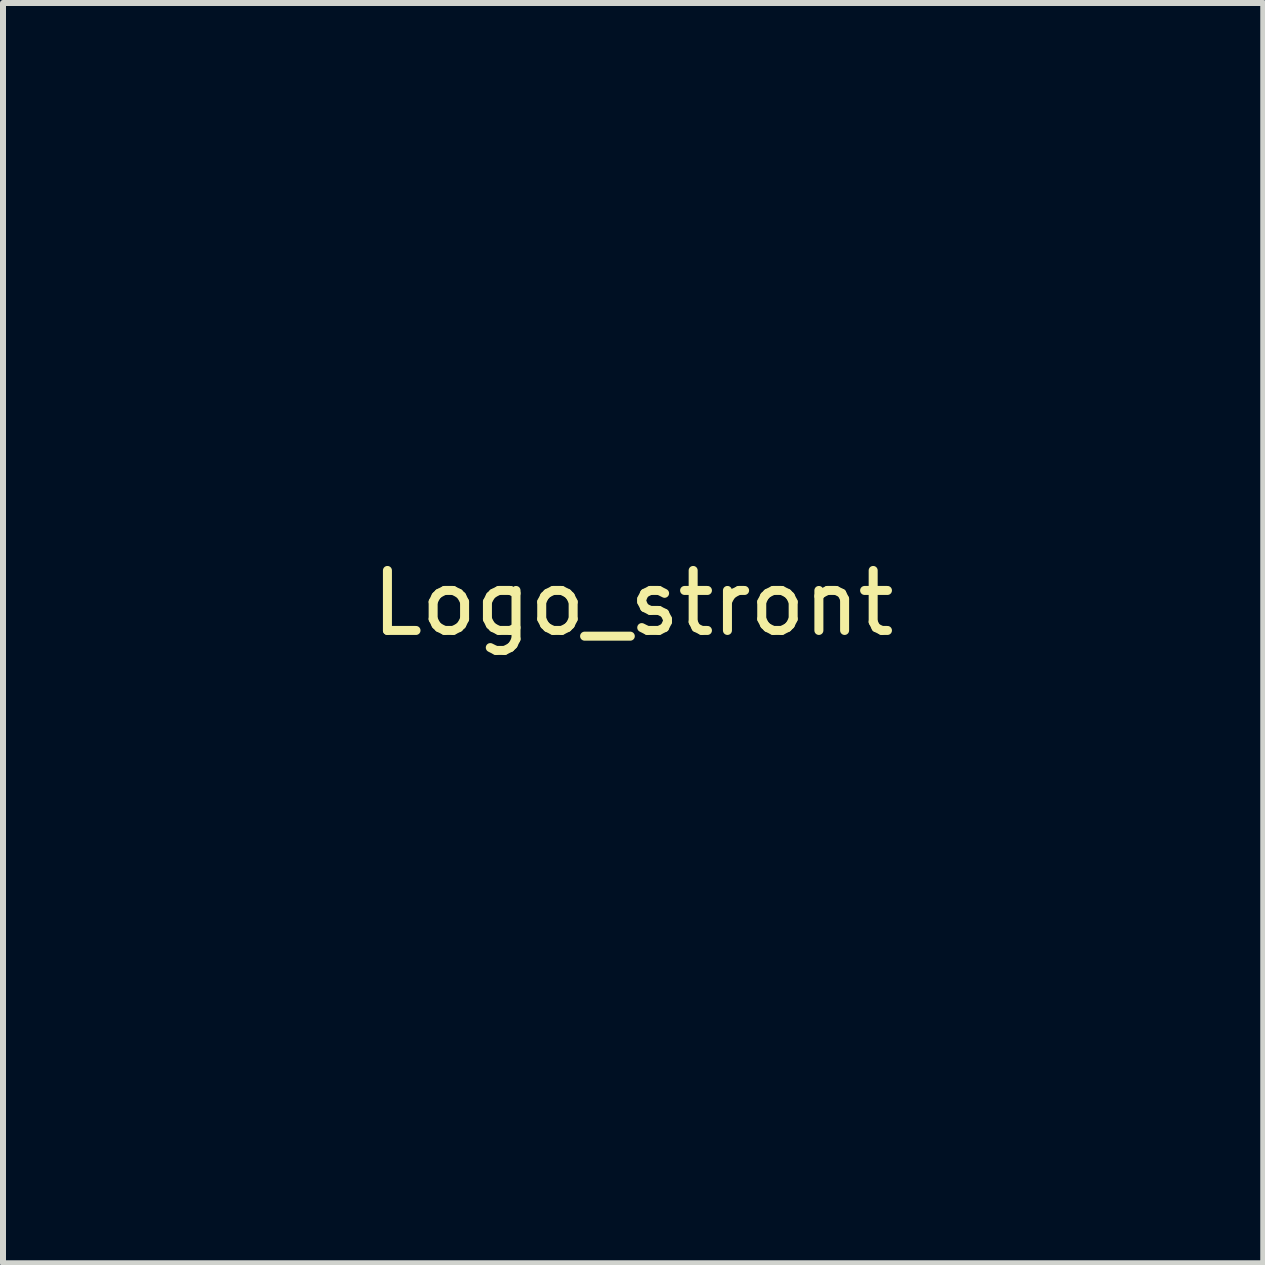
<source format=kicad_pcb>
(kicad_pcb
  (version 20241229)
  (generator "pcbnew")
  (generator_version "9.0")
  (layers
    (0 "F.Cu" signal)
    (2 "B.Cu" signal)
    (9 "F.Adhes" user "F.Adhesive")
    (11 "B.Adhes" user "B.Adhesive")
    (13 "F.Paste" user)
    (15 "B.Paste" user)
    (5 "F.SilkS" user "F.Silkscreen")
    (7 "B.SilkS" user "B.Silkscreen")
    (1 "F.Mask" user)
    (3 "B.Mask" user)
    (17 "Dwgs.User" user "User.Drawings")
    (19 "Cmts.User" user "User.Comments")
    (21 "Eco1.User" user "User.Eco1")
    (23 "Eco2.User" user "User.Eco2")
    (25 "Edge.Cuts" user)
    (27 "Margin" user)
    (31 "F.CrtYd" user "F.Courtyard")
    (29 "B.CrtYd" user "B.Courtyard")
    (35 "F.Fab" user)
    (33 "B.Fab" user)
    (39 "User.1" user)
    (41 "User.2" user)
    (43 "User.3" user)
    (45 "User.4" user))
  (footprint "Logo_stront"
    (layer "F.Cu")
    (at 7.502 7.502)
    (property "Reference" "Logo_stront" (at 0 -0.5 0) (unlocked yes) (layer "F.SilkS") (effects (font (size 1 1) (thickness 0.15))))
    (attr smd)
    (fp_poly (pts (xy 5.702 -5.145) (xy 5.772 -5.111) (xy 5.815 -5.076) (xy 5.866 -5.011) (xy 5.897 -4.936) (xy 5.906 -4.853) (xy 5.894 -4.765) (xy 5.89 -4.75) (xy 5.858 -4.678) (xy 5.812 -4.624) (xy 5.749 -4.587) (xy 5.671 -4.567) (xy 5.632 -4.564) (xy 5.585 -4.563) (xy 5.544 -4.566) (xy 5.518 -4.571) (xy 5.449 -4.604) (xy 5.394 -4.653) (xy 5.354 -4.714) (xy 5.33 -4.783) (xy 5.322 -4.856) (xy 5.331 -4.93) (xy 5.358 -5.001) (xy 5.403 -5.065) (xy 5.414 -5.076) (xy 5.479 -5.124) (xy 5.551 -5.151) (xy 5.627 -5.158)) (stroke (width 0) (type solid)) (fill yes) (layer "F.Mask"))
    (fp_poly (pts (xy 5.694 -6.023) (xy 5.749 -6.002) (xy 5.793 -5.963) (xy 5.83 -5.905) (xy 5.832 -5.902) (xy 5.848 -5.865) (xy 5.857 -5.834) (xy 5.86 -5.799) (xy 5.859 -5.751) (xy 5.858 -5.746) (xy 5.847 -5.665) (xy 5.824 -5.602) (xy 5.786 -5.554) (xy 5.762 -5.535) (xy 5.692 -5.499) (xy 5.618 -5.487) (xy 5.543 -5.498) (xy 5.528 -5.503) (xy 5.469 -5.534) (xy 5.422 -5.585) (xy 5.4 -5.62) (xy 5.386 -5.651) (xy 5.378 -5.686) (xy 5.375 -5.733) (xy 5.374 -5.767) (xy 5.375 -5.819) (xy 5.379 -5.856) (xy 5.388 -5.885) (xy 5.402 -5.914) (xy 5.405 -5.919) (xy 5.447 -5.973) (xy 5.5 -6.009) (xy 5.567 -6.027) (xy 5.622 -6.03)) (stroke (width 0) (type solid)) (fill yes) (layer "F.Mask"))
    (fp_poly (pts (xy 0.456 4.381) (xy 0.535 4.409) (xy 0.602 4.455) (xy 0.657 4.522) (xy 0.677 4.557) (xy 0.708 4.622) (xy 0.729 4.691) (xy 0.742 4.768) (xy 0.749 4.859) (xy 0.75 4.929) (xy 0.746 5.044) (xy 0.736 5.14) (xy 0.717 5.221) (xy 0.688 5.292) (xy 0.649 5.357) (xy 0.629 5.383) (xy 0.577 5.43) (xy 0.51 5.465) (xy 0.434 5.487) (xy 0.353 5.494) (xy 0.275 5.484) (xy 0.266 5.481) (xy 0.187 5.447) (xy 0.12 5.393) (xy 0.065 5.32) (xy 0.023 5.23) (xy 0.017 5.211) (xy 0.006 5.162) (xy -0.002 5.095) (xy -0.008 5.018) (xy -0.01 4.935) (xy -0.009 4.855) (xy -0.004 4.782) (xy 0.004 4.723) (xy 0.004 4.72) (xy 0.035 4.613) (xy 0.078 4.525) (xy 0.133 4.457) (xy 0.201 4.409) (xy 0.281 4.38) (xy 0.362 4.372)) (stroke (width 0) (type solid)) (fill yes) (layer "F.Mask"))
    (fp_poly (pts (xy 7.502 7.502) (xy -7.502 7.502) (xy -7.502 5.275) (xy -4.743 5.275) (xy -4.733 5.347) (xy -4.708 5.448) (xy -4.662 5.544) (xy -4.596 5.632) (xy -4.514 5.711) (xy -4.417 5.776) (xy -4.378 5.796) (xy -4.254 5.845) (xy -4.123 5.878) (xy -4.05 5.888) (xy -3.999 5.89) (xy -3.934 5.889) (xy -3.861 5.885) (xy -3.788 5.879) (xy -3.724 5.872) (xy -3.69 5.866) (xy -3.559 5.828) (xy -3.444 5.774) (xy -3.343 5.701) (xy -3.289 5.649) (xy -3.23 5.572) (xy -3.191 5.487) (xy -3.171 5.391) (xy -3.168 5.361) (xy -3.171 5.251) (xy -3.195 5.151) (xy -3.241 5.06) (xy -3.306 4.98) (xy -3.392 4.912) (xy -3.463 4.871) (xy -3.513 4.848) (xy -3.56 4.828) (xy -3.608 4.811) (xy -3.663 4.795) (xy -3.73 4.777) (xy -3.814 4.757) (xy -3.838 4.752) (xy -3.948 4.725) (xy -4.035 4.697) (xy -4.102 4.669) (xy -4.15 4.64) (xy -4.181 4.61) (xy -4.184 4.604) (xy -4.205 4.55) (xy -4.205 4.493) (xy -4.186 4.439) (xy -4.15 4.391) (xy -4.099 4.353) (xy -4.06 4.336) (xy -4.019 4.329) (xy -3.965 4.326) (xy -3.905 4.329) (xy -3.849 4.336) (xy -3.804 4.346) (xy -3.789 4.352) (xy -3.741 4.385) (xy -3.705 4.426) (xy -3.679 4.482) (xy -3.664 4.539) (xy -3.657 4.571) (xy -3.417 4.571) (xy -3.345 4.571) (xy -3.281 4.57) (xy -3.228 4.568) (xy -3.192 4.566) (xy -3.174 4.563) (xy -3.173 4.563) (xy -3.171 4.547) (xy -3.173 4.516) (xy -3.178 4.478) (xy -3.203 4.378) (xy -3.212 4.36) (xy -3.012 4.36) (xy -2.743 4.36) (xy -2.743 4.885) (xy -2.742 5.004) (xy -2.742 5.115) (xy -2.74 5.217) (xy -2.739 5.306) (xy -2.737 5.381) (xy -2.734 5.437) (xy -2.732 5.474) (xy -2.731 5.483) (xy -2.703 5.593) (xy -2.659 5.686) (xy -2.599 5.762) (xy -2.523 5.821) (xy -2.431 5.863) (xy -2.323 5.887) (xy -2.245 5.894) (xy -2.217 5.894) (xy -2.174 5.89) (xy -2.123 5.886) (xy -2.104 5.884) (xy -2.051 5.877) (xy -2.001 5.868) (xy -1.963 5.861) (xy -1.653 5.861) (xy -1.16 5.861) (xy -1.16 4.905) (xy -0.497 4.905) (xy -0.497 4.935) (xy -0.496 5.018) (xy -0.495 5.083) (xy -0.493 5.133) (xy -0.488 5.174) (xy -0.482 5.211) (xy -0.474 5.247) (xy -0.471 5.257) (xy -0.422 5.396) (xy -0.356 5.52) (xy -0.274 5.627) (xy -0.176 5.718) (xy -0.063 5.791) (xy 0.064 5.846) (xy 0.189 5.878) (xy 0.26 5.887) (xy 0.345 5.89) (xy 0.435 5.888) (xy 0.521 5.881) (xy 0.596 5.869) (xy 0.608 5.867) (xy 0.626 5.861) (xy 1.547 5.861) (xy 2.04 5.861) (xy 2.04 4.535) (xy 2.101 4.473) (xy 2.161 4.423) (xy 2.225 4.392) (xy 2.297 4.376) (xy 2.384 4.375) (xy 2.394 4.375) (xy 2.479 4.389) (xy 2.546 4.417) (xy 2.596 4.46) (xy 2.619 4.495) (xy 2.624 4.506) (xy 2.628 4.517) (xy 2.632 4.532) (xy 2.635 4.551) (xy 2.638 4.577) (xy 2.64 4.611) (xy 2.641 4.656) (xy 2.643 4.714) (xy 2.644 4.785) (xy 2.645 4.874) (xy 2.645 4.98) (xy 2.646 5.107) (xy 2.646 5.201) (xy 2.65 5.861) (xy 3.141 5.861) (xy 3.141 5.194) (xy 3.141 5.041) (xy 3.141 4.91) (xy 3.14 4.798) (xy 3.139 4.703) (xy 3.137 4.624) (xy 3.134 4.557) (xy 3.131 4.502) (xy 3.126 4.456) (xy 3.12 4.417) (xy 3.113 4.382) (xy 3.107 4.36) (xy 3.352 4.36) (xy 3.622 4.36) (xy 3.622 4.885) (xy 3.623 5.026) (xy 3.623 5.147) (xy 3.625 5.248) (xy 3.627 5.333) (xy 3.63 5.402) (xy 3.635 5.46) (xy 3.641 5.508) (xy 3.648 5.547) (xy 3.657 5.581) (xy 3.668 5.612) (xy 3.68 5.64) (xy 3.731 5.723) (xy 3.8 5.79) (xy 3.884 5.842) (xy 3.983 5.876) (xy 4.097 5.893) (xy 4.12 5.894) (xy 4.148 5.894) (xy 4.191 5.89) (xy 4.242 5.886) (xy 4.261 5.884) (xy 4.314 5.877) (xy 4.364 5.869) (xy 4.402 5.862) (xy 4.41 5.86) (xy 4.454 5.848) (xy 4.454 5.48) (xy 4.332 5.48) (xy 4.275 5.479) (xy 4.235 5.477) (xy 4.208 5.472) (xy 4.188 5.463) (xy 4.177 5.455) (xy 4.162 5.444) (xy 4.151 5.431) (xy 4.141 5.416) (xy 4.133 5.395) (xy 4.127 5.366) (xy 4.123 5.328) (xy 4.12 5.278) (xy 4.117 5.213) (xy 4.116 5.133) (xy 4.115 5.035) (xy 4.115 4.916) (xy 4.115 4.856) (xy 4.114 4.36) (xy 4.431 4.36) (xy 4.431 4.009) (xy 4.114 4.009) (xy 4.114 3.552) (xy 3.622 3.552) (xy 3.622 4.009) (xy 3.352 4.009) (xy 3.352 4.36) (xy 3.107 4.36) (xy 3.105 4.351) (xy 3.095 4.32) (xy 3.084 4.29) (xy 3.037 4.198) (xy 2.972 4.118) (xy 2.893 4.053) (xy 2.805 4.008) (xy 2.747 3.993) (xy 2.674 3.981) (xy 2.593 3.975) (xy 2.512 3.975) (xy 2.439 3.98) (xy 2.412 3.985) (xy 2.306 4.016) (xy 2.204 4.066) (xy 2.114 4.131) (xy 2.102 4.141) (xy 2.067 4.173) (xy 2.045 4.191) (xy 2.033 4.196) (xy 2.027 4.191) (xy 2.023 4.182) (xy 2.02 4.156) (xy 2.017 4.116) (xy 2.016 4.082) (xy 2.016 4.009) (xy 1.547 4.009) (xy 1.547 5.861) (xy 0.626 5.861) (xy 0.738 5.824) (xy 0.855 5.761) (xy 0.96 5.681) (xy 1.049 5.584) (xy 1.124 5.471) (xy 1.181 5.345) (xy 1.221 5.206) (xy 1.232 5.144) (xy 1.238 5.082) (xy 1.241 5.006) (xy 1.24 4.921) (xy 1.237 4.835) (xy 1.232 4.752) (xy 1.224 4.68) (xy 1.214 4.624) (xy 1.213 4.618) (xy 1.187 4.538) (xy 1.149 4.452) (xy 1.104 4.367) (xy 1.057 4.293) (xy 1.029 4.257) (xy 0.934 4.162) (xy 0.827 4.086) (xy 0.708 4.03) (xy 0.577 3.993) (xy 0.433 3.977) (xy 0.322 3.977) (xy 0.223 3.984) (xy 0.14 3.997) (xy 0.065 4.017) (xy -0.009 4.046) (xy -0.041 4.061) (xy -0.154 4.129) (xy -0.253 4.216) (xy -0.338 4.32) (xy -0.407 4.442) (xy -0.461 4.579) (xy -0.472 4.616) (xy -0.481 4.651) (xy -0.487 4.685) (xy -0.492 4.723) (xy -0.495 4.769) (xy -0.496 4.828) (xy -0.497 4.905) (xy -1.16 4.905) (xy -1.16 4.632) (xy -1.108 4.574) (xy -1.059 4.529) (xy -1.005 4.494) (xy -0.994 4.488) (xy -0.966 4.476) (xy -0.94 4.469) (xy -0.909 4.464) (xy -0.868 4.461) (xy -0.813 4.46) (xy -0.771 4.46) (xy -0.61 4.46) (xy -0.61 4.223) (xy -0.61 3.987) (xy -0.675 3.979) (xy -0.758 3.974) (xy -0.839 3.98) (xy -0.911 3.995) (xy -0.941 4.006) (xy -0.983 4.031) (xy -1.031 4.067) (xy -1.079 4.109) (xy -1.119 4.152) (xy -1.146 4.189) (xy -1.146 4.19) (xy -1.165 4.226) (xy -1.173 4.19) (xy -1.178 4.159) (xy -1.181 4.116) (xy -1.182 4.082) (xy -1.184 4.009) (xy -1.653 4.009) (xy -1.653 5.861) (xy -1.963 5.861) (xy -1.963 5.861) (xy -1.955 5.858) (xy -1.911 5.845) (xy -1.911 5.48) (xy -2.033 5.48) (xy -2.09 5.479) (xy -2.129 5.477) (xy -2.156 5.472) (xy -2.176 5.463) (xy -2.188 5.455) (xy -2.202 5.444) (xy -2.214 5.431) (xy -2.224 5.416) (xy -2.231 5.395) (xy -2.237 5.366) (xy -2.242 5.328) (xy -2.245 5.278) (xy -2.247 5.213) (xy -2.249 5.133) (xy -2.249 5.035) (xy -2.25 4.916) (xy -2.25 4.856) (xy -2.25 4.36) (xy -1.934 4.36) (xy -1.934 4.009) (xy -2.25 4.009) (xy -2.25 3.552) (xy -2.743 3.552) (xy -2.743 4.009) (xy -3.012 4.009) (xy -3.012 4.36) (xy -3.212 4.36) (xy -3.249 4.285) (xy -3.314 4.201) (xy -3.396 4.128) (xy -3.493 4.068) (xy -3.604 4.021) (xy -3.725 3.991) (xy -3.727 3.99) (xy -3.803 3.981) (xy -3.891 3.977) (xy -3.983 3.977) (xy -4.072 3.982) (xy -4.152 3.991) (xy -4.213 4.003) (xy -4.313 4.04) (xy -4.408 4.091) (xy -4.494 4.154) (xy -4.567 4.226) (xy -4.622 4.303) (xy -4.633 4.325) (xy -4.664 4.412) (xy -4.679 4.506) (xy -4.678 4.602) (xy -4.661 4.692) (xy -4.64 4.745) (xy -4.619 4.78) (xy -4.587 4.822) (xy -4.549 4.864) (xy -4.542 4.872) (xy -4.485 4.922) (xy -4.42 4.966) (xy -4.343 5.006) (xy -4.252 5.042) (xy -4.142 5.077) (xy -4.036 5.105) (xy -3.926 5.134) (xy -3.837 5.162) (xy -3.768 5.19) (xy -3.716 5.219) (xy -3.68 5.25) (xy -3.658 5.285) (xy -3.647 5.324) (xy -3.645 5.351) (xy -3.656 5.41) (xy -3.687 5.46) (xy -3.737 5.498) (xy -3.806 5.525) (xy -3.892 5.54) (xy -3.907 5.541) (xy -3.999 5.541) (xy -4.076 5.527) (xy -4.139 5.498) (xy -4.189 5.459) (xy -4.231 5.408) (xy -4.258 5.354) (xy -4.272 5.307) (xy -4.279 5.275) (xy -4.743 5.275) (xy -7.502 5.275) (xy -7.502 0.234) (xy -3.508 0.234) (xy -3.5 0.355) (xy -3.477 0.541) (xy -3.433 0.717) (xy -3.368 0.883) (xy -3.284 1.039) (xy -3.18 1.184) (xy -3.058 1.316) (xy -2.918 1.436) (xy -2.761 1.544) (xy -2.587 1.637) (xy -2.397 1.716) (xy -2.191 1.781) (xy -1.971 1.829) (xy -1.94 1.835) (xy -1.868 1.845) (xy -1.782 1.854) (xy -1.691 1.862) (xy -1.601 1.867) (xy -1.52 1.869) (xy -1.453 1.868) (xy -1.448 1.868) (xy -1.407 1.866) (xy -1.35 1.863) (xy -1.287 1.86) (xy -1.237 1.857) (xy -1.046 1.839) (xy -0.857 1.805) (xy 0.961 1.805) (xy 1.946 1.805) (xy 1.946 -0.624) (xy 1.986 -0.69) (xy 2.056 -0.782) (xy 2.144 -0.86) (xy 2.247 -0.923) (xy 2.365 -0.968) (xy 2.386 -0.974) (xy 2.455 -0.988) (xy 2.541 -0.998) (xy 2.637 -1.004) (xy 2.737 -1.007) (xy 2.834 -1.005) (xy 2.921 -0.998) (xy 2.924 -0.998) (xy 2.973 -0.992) (xy 3.012 -0.988) (xy 3.036 -0.987) (xy 3.042 -0.987) (xy 3.042 -0.999) (xy 3.044 -1.032) (xy 3.045 -1.084) (xy 3.046 -1.151) (xy 3.048 -1.232) (xy 3.05 -1.324) (xy 3.051 -1.424) (xy 3.052 -1.461) (xy 3.06 -1.932) (xy 2.976 -1.951) (xy 2.911 -1.962) (xy 2.831 -1.968) (xy 2.746 -1.97) (xy 2.664 -1.968) (xy 2.593 -1.961) (xy 2.57 -1.957) (xy 2.433 -1.919) (xy 2.306 -1.86) (xy 2.221 -1.805) (xy 2.168 -1.761) (xy 2.109 -1.703) (xy 2.05 -1.639) (xy 1.998 -1.576) (xy 1.972 -1.539) (xy 1.928 -1.473) (xy 1.921 -1.519) (xy 1.918 -1.547) (xy 1.914 -1.593) (xy 1.91 -1.651) (xy 1.906 -1.716) (xy 1.905 -1.738) (xy 1.896 -1.911) (xy 0.961 -1.911) (xy 0.961 1.805) (xy -0.857 1.805) (xy -0.855 1.805) (xy -0.67 1.755) (xy -0.497 1.691) (xy -0.439 1.665) (xy -0.276 1.577) (xy -0.133 1.476) (xy -0.008 1.361) (xy 0.098 1.233) (xy 0.184 1.092) (xy 0.199 1.061) (xy 0.26 0.908) (xy 0.3 0.745) (xy 0.32 0.573) (xy 0.319 0.393) (xy 0.316 0.353) (xy 0.29 0.176) (xy 0.245 0.011) (xy 0.179 -0.144) (xy 0.092 -0.288) (xy -0.015 -0.422) (xy -0.144 -0.548) (xy -0.235 -0.622) (xy -0.335 -0.694) (xy -0.442 -0.762) (xy -0.558 -0.826) (xy -0.685 -0.889) (xy -0.825 -0.951) (xy -0.982 -1.014) (xy -1.156 -1.077) (xy -1.351 -1.143) (xy -1.383 -1.153) (xy -1.56 -1.213) (xy -1.715 -1.271) (xy -1.849 -1.328) (xy -1.963 -1.384) (xy -2.06 -1.441) (xy -2.139 -1.5) (xy -2.203 -1.56) (xy -2.253 -1.623) (xy -2.282 -1.674) (xy -2.297 -1.705) (xy -2.306 -1.733) (xy -2.312 -1.764) (xy -2.314 -1.804) (xy -2.315 -1.859) (xy -2.315 -1.876) (xy -2.315 -1.935) (xy -2.313 -1.978) (xy -2.308 -2.01) (xy -2.3 -2.038) (xy -2.286 -2.069) (xy -2.277 -2.087) (xy -2.22 -2.177) (xy -2.144 -2.257) (xy -2.052 -2.323) (xy -2.011 -2.345) (xy -1.936 -2.378) (xy -1.863 -2.403) (xy -1.786 -2.421) (xy -1.696 -2.434) (xy -1.653 -2.439) (xy -1.498 -2.445) (xy -1.354 -2.434) (xy -1.22 -2.407) (xy -1.099 -2.363) (xy -0.992 -2.304) (xy -0.9 -2.23) (xy -0.824 -2.143) (xy -0.766 -2.042) (xy -0.726 -1.929) (xy -0.721 -1.905) (xy -0.712 -1.855) (xy -0.706 -1.806) (xy -0.703 -1.773) (xy -0.703 -1.723) (xy 0.329 -1.723) (xy 0.321 -1.82) (xy 0.296 -2.007) (xy 0.251 -2.183) (xy 0.186 -2.349) (xy 0.102 -2.502) (xy -0.001 -2.644) (xy -0.12 -2.772) (xy -0.256 -2.887) (xy -0.407 -2.988) (xy -0.573 -3.074) (xy -0.753 -3.144) (xy -0.947 -3.198) (xy -1.152 -3.235) (xy -1.37 -3.255) (xy -1.504 -3.259) (xy -1.731 -3.25) (xy -1.948 -3.225) (xy -2.153 -3.185) (xy -2.346 -3.129) (xy -2.525 -3.059) (xy -2.689 -2.974) (xy -2.837 -2.875) (xy -2.969 -2.763) (xy -3.083 -2.638) (xy -3.179 -2.501) (xy -3.255 -2.353) (xy -3.264 -2.331) (xy -3.297 -2.242) (xy -3.32 -2.157) (xy -3.335 -2.068) (xy -3.343 -1.97) (xy -3.345 -1.856) (xy -3.345 -1.852) (xy -3.344 -1.776) (xy -3.342 -1.717) (xy -3.337 -1.669) (xy -3.33 -1.624) (xy -3.319 -1.576) (xy -3.313 -1.553) (xy -3.264 -1.405) (xy -3.199 -1.268) (xy -3.115 -1.139) (xy -3.011 -1.015) (xy -2.948 -0.951) (xy -2.867 -0.878) (xy -2.781 -0.808) (xy -2.687 -0.742) (xy -2.585 -0.678) (xy -2.471 -0.616) (xy -2.345 -0.554) (xy -2.204 -0.492) (xy -2.046 -0.427) (xy -1.87 -0.361) (xy -1.672 -0.29) (xy -1.629 -0.275) (xy -1.46 -0.215) (xy -1.313 -0.159) (xy -1.186 -0.105) (xy -1.078 -0.053) (xy -0.986 -0.001) (xy -0.911 0.051) (xy -0.85 0.105) (xy -0.801 0.161) (xy -0.764 0.221) (xy -0.737 0.285) (xy -0.718 0.356) (xy -0.716 0.368) (xy -0.704 0.487) (xy -0.714 0.596) (xy -0.743 0.696) (xy -0.792 0.785) (xy -0.859 0.862) (xy -0.943 0.928) (xy -1.044 0.982) (xy -1.161 1.022) (xy -1.292 1.049) (xy -1.437 1.061) (xy -1.595 1.057) (xy -1.612 1.056) (xy -1.768 1.038) (xy -1.904 1.011) (xy -2.023 0.972) (xy -2.126 0.922) (xy -2.216 0.861) (xy -2.273 0.809) (xy -2.348 0.716) (xy -2.406 0.608) (xy -2.446 0.487) (xy -2.468 0.355) (xy -2.469 0.338) (xy -2.477 0.234) (xy -3.508 0.234) (xy -7.502 0.234) (xy -7.502 -4.795) (xy 3.188 -4.795) (xy 3.191 -4.763) (xy 3.197 -4.721) (xy 3.201 -4.698) (xy 3.235 -4.594) (xy 3.289 -4.5) (xy 3.361 -4.417) (xy 3.452 -4.347) (xy 3.558 -4.292) (xy 3.667 -4.254) (xy 3.731 -4.242) (xy 3.811 -4.235) (xy 3.898 -4.232) (xy 3.986 -4.234) (xy 4.066 -4.241) (xy 4.118 -4.25) (xy 4.238 -4.286) (xy 4.345 -4.339) (xy 4.437 -4.406) (xy 4.513 -4.486) (xy 4.571 -4.578) (xy 4.609 -4.679) (xy 4.612 -4.69) (xy 4.629 -4.806) (xy 4.627 -4.867) (xy 4.917 -4.867) (xy 4.918 -4.763) (xy 4.923 -4.726) (xy 4.951 -4.613) (xy 4.999 -4.514) (xy 5.065 -4.428) (xy 5.15 -4.356) (xy 5.253 -4.299) (xy 5.374 -4.257) (xy 5.38 -4.256) (xy 5.457 -4.241) (xy 5.548 -4.234) (xy 5.645 -4.232) (xy 5.74 -4.238) (xy 5.823 -4.25) (xy 5.944 -4.284) (xy 6.049 -4.335) (xy 6.139 -4.402) (xy 6.211 -4.483) (xy 6.265 -4.578) (xy 6.3 -4.686) (xy 6.308 -4.731) (xy 6.314 -4.849) (xy 6.299 -4.959) (xy 6.262 -5.062) (xy 6.204 -5.154) (xy 6.127 -5.235) (xy 6.057 -5.286) (xy 5.989 -5.329) (xy 6.048 -5.367) (xy 6.128 -5.433) (xy 6.194 -5.516) (xy 6.227 -5.577) (xy 6.256 -5.662) (xy 6.269 -5.758) (xy 6.266 -5.859) (xy 6.249 -5.958) (xy 6.216 -6.049) (xy 6.204 -6.074) (xy 6.164 -6.132) (xy 6.109 -6.19) (xy 6.044 -6.243) (xy 5.977 -6.286) (xy 5.963 -6.293) (xy 5.864 -6.33) (xy 5.752 -6.354) (xy 5.634 -6.363) (xy 5.515 -6.358) (xy 5.401 -6.339) (xy 5.297 -6.307) (xy 5.229 -6.274) (xy 5.138 -6.209) (xy 5.064 -6.127) (xy 5.007 -6.033) (xy 4.991 -5.992) (xy 4.974 -5.928) (xy 4.966 -5.851) (xy 4.964 -5.769) (xy 4.97 -5.691) (xy 4.984 -5.623) (xy 4.991 -5.601) (xy 5.04 -5.508) (xy 5.11 -5.425) (xy 5.196 -5.355) (xy 5.223 -5.338) (xy 5.231 -5.33) (xy 5.228 -5.321) (xy 5.208 -5.306) (xy 5.179 -5.29) (xy 5.116 -5.245) (xy 5.054 -5.185) (xy 5 -5.118) (xy 4.965 -5.059) (xy 4.933 -4.968) (xy 4.917 -4.867) (xy 4.627 -4.867) (xy 4.625 -4.915) (xy 4.6 -5.017) (xy 4.556 -5.109) (xy 4.493 -5.189) (xy 4.412 -5.256) (xy 4.357 -5.288) (xy 4.323 -5.306) (xy 4.299 -5.32) (xy 4.29 -5.327) (xy 4.299 -5.335) (xy 4.323 -5.349) (xy 4.339 -5.358) (xy 4.392 -5.393) (xy 4.447 -5.442) (xy 4.498 -5.5) (xy 4.539 -5.559) (xy 4.553 -5.585) (xy 4.582 -5.672) (xy 4.594 -5.77) (xy 4.588 -5.871) (xy 4.566 -5.972) (xy 4.531 -6.059) (xy 4.477 -6.14) (xy 4.404 -6.211) (xy 4.314 -6.269) (xy 4.211 -6.314) (xy 4.095 -6.345) (xy 3.97 -6.361) (xy 3.846 -6.361) (xy 3.712 -6.344) (xy 3.591 -6.31) (xy 3.485 -6.259) (xy 3.394 -6.192) (xy 3.321 -6.111) (xy 3.265 -6.016) (xy 3.227 -5.908) (xy 3.216 -5.852) (xy 3.209 -5.802) (xy 3.619 -5.802) (xy 3.632 -5.855) (xy 3.658 -5.914) (xy 3.702 -5.962) (xy 3.758 -5.998) (xy 3.823 -6.022) (xy 3.893 -6.034) (xy 3.964 -6.031) (xy 4.032 -6.013) (xy 4.092 -5.98) (xy 4.122 -5.952) (xy 4.159 -5.897) (xy 4.18 -5.83) (xy 4.185 -5.756) (xy 4.174 -5.681) (xy 4.152 -5.625) (xy 4.121 -5.576) (xy 4.081 -5.537) (xy 4.031 -5.509) (xy 3.967 -5.489) (xy 3.887 -5.478) (xy 3.787 -5.474) (xy 3.765 -5.474) (xy 3.657 -5.474) (xy 3.657 -5.16) (xy 3.83 -5.156) (xy 3.899 -5.154) (xy 3.949 -5.151) (xy 3.986 -5.147) (xy 4.014 -5.141) (xy 4.04 -5.132) (xy 4.067 -5.12) (xy 4.069 -5.119) (xy 4.13 -5.077) (xy 4.176 -5.019) (xy 4.207 -4.951) (xy 4.221 -4.875) (xy 4.217 -4.797) (xy 4.193 -4.719) (xy 4.191 -4.716) (xy 4.149 -4.651) (xy 4.091 -4.604) (xy 4.018 -4.574) (xy 3.93 -4.561) (xy 3.874 -4.562) (xy 3.82 -4.568) (xy 3.779 -4.578) (xy 3.742 -4.595) (xy 3.731 -4.602) (xy 3.673 -4.649) (xy 3.63 -4.706) (xy 3.605 -4.769) (xy 3.604 -4.779) (xy 3.596 -4.829) (xy 3.188 -4.829) (xy 3.188 -4.795) (xy -7.502 -4.795) (xy -7.502 -7.502) (xy 7.502 -7.502)) (stroke (width 0) (type solid)) (fill yes) (layer "F.Mask")))
  (gr_rect
    (start -3 -3)
    (end 18.003 18.003)
    (stroke (width 0.1) (type default))
    (fill no)
    (layer "Edge.Cuts")))
</source>
